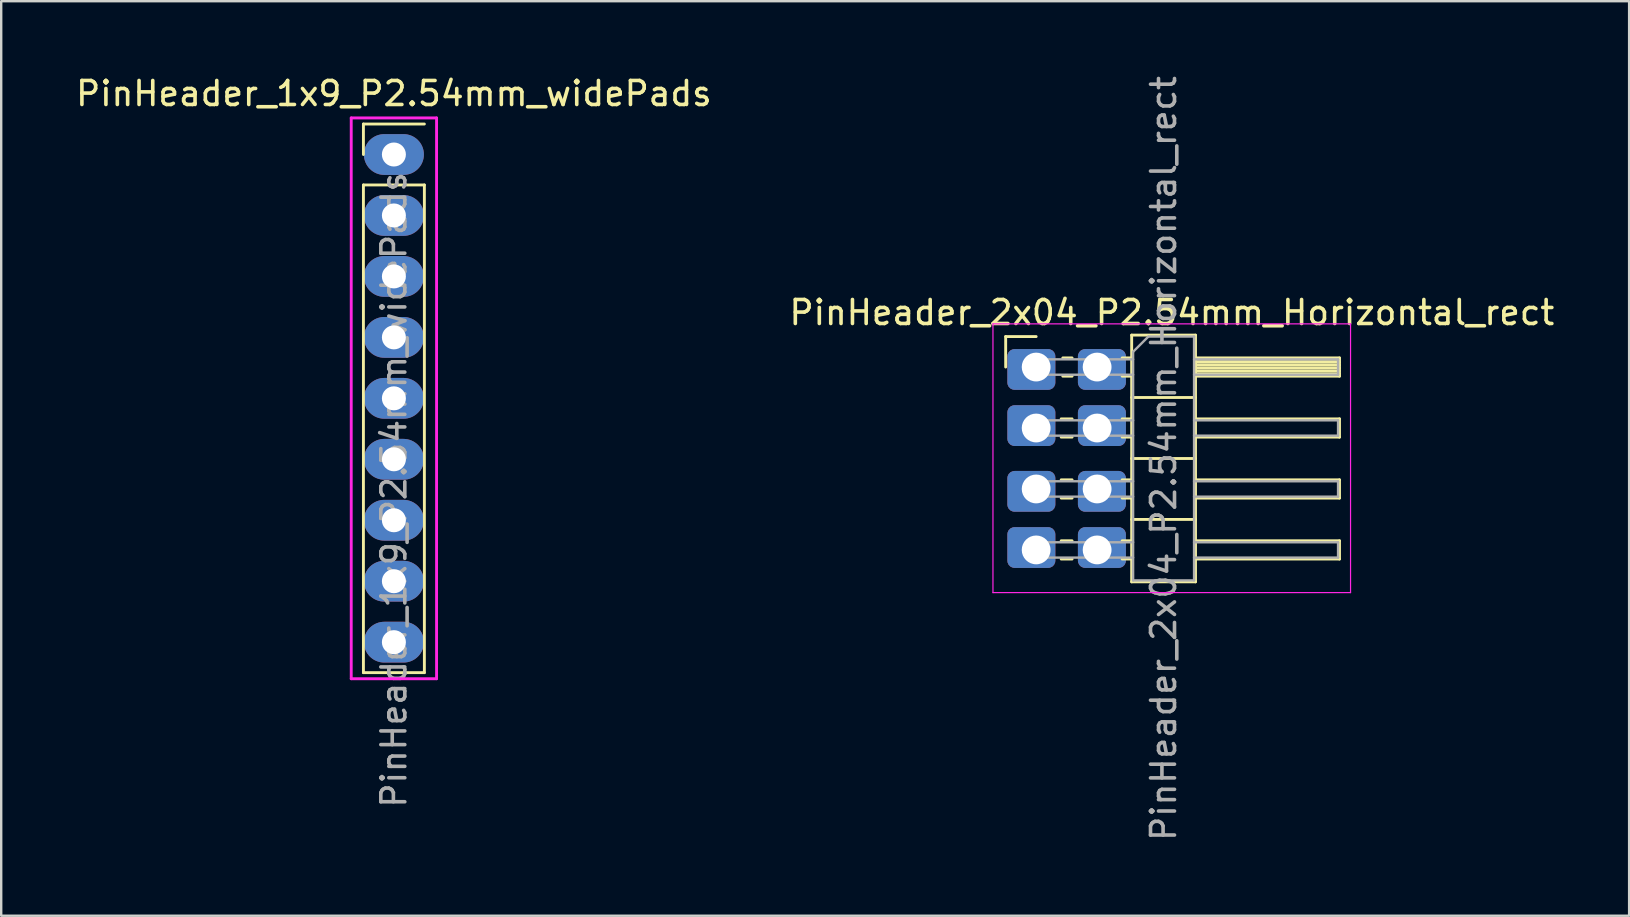
<source format=kicad_pcb>
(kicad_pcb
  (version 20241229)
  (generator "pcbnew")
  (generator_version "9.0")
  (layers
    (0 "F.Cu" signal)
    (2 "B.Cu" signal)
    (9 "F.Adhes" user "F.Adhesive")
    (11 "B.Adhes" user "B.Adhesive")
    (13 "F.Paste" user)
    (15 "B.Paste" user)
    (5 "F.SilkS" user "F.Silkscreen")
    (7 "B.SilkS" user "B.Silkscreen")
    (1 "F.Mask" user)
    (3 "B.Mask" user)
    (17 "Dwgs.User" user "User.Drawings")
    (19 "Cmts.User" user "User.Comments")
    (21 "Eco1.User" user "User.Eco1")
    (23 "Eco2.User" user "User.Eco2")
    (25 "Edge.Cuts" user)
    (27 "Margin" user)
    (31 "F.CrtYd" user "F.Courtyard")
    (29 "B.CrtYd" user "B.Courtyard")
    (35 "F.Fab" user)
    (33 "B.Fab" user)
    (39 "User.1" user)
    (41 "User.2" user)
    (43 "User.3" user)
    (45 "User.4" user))
  (footprint "PinHeader_1x9_P2.54mm_widePads"
    (layer "F.Cu")
    (at 13.363 3.388)
    (property "Reference" "PinHeader_1x9_P2.54mm_widePads" (at 0 -2.54 0) (layer "F.SilkS") (effects (font (size 1 1) (thickness 0.15))))
    (attr through_hole)
    (fp_line (start -1.27 -1.27) (end 1.27 -1.27) (stroke (width 0.12) (type solid)) (layer "F.SilkS"))
    (fp_line (start -1.27 0) (end -1.27 -1.27) (stroke (width 0.12) (type solid)) (layer "F.SilkS"))
    (fp_line (start -1.27 1.27) (end -1.27 21.59) (stroke (width 0.12) (type solid)) (layer "F.SilkS"))
    (fp_line (start -1.27 1.27) (end 1.27 1.27) (stroke (width 0.12) (type solid)) (layer "F.SilkS"))
    (fp_line (start -1.27 21.59) (end 1.27 21.59) (stroke (width 0.12) (type solid)) (layer "F.SilkS"))
    (fp_line (start 1.27 21.59) (end 1.27 1.27) (stroke (width 0.12) (type solid)) (layer "F.SilkS"))
    (fp_line (start -1.778 -1.524) (end 1.778 -1.524) (stroke (width 0.12) (type solid)) (layer "F.CrtYd"))
    (fp_line (start -1.778 21.844) (end -1.778 -1.524) (stroke (width 0.12) (type solid)) (layer "F.CrtYd"))
    (fp_line (start 1.778 -1.524) (end 1.778 21.844) (stroke (width 0.12) (type solid)) (layer "F.CrtYd"))
    (fp_line (start 1.778 21.844) (end -1.778 21.844) (stroke (width 0.12) (type solid)) (layer "F.CrtYd"))
    (fp_text user "${REFERENCE}" (at 0 13.97 90) (layer "F.Fab") (effects (font (size 1 1) (thickness 0.15))))
    (pad "1" thru_hole oval (at 0 0) (size 2.5 1.7) (drill 1) (layers "*.Cu" "*.Mask"))
    (pad "2" thru_hole oval (at 0 2.54) (size 2.5 1.7) (drill 1) (layers "*.Cu" "*.Mask"))
    (pad "3" thru_hole oval (at 0 5.08) (size 2.5 1.7) (drill 1) (layers "*.Cu" "*.Mask"))
    (pad "4" thru_hole oval (at 0 7.62) (size 2.5 1.7) (drill 1) (layers "*.Cu" "*.Mask"))
    (pad "5" thru_hole oval (at 0 10.16) (size 2.5 1.7) (drill 1) (layers "*.Cu" "*.Mask"))
    (pad "6" thru_hole oval (at 0 12.7) (size 2.5 1.7) (drill 1) (layers "*.Cu" "*.Mask"))
    (pad "7" thru_hole oval (at 0 15.24) (size 2.5 1.7) (drill 1) (layers "*.Cu" "*.Mask"))
    (pad "8" thru_hole oval (at 0 17.78) (size 2.5 1.7) (drill 1) (layers "*.Cu" "*.Mask"))
    (pad "9" thru_hole oval (at 0 20.32) (size 2.5 1.7) (drill 1) (layers "*.Cu" "*.Mask")))
  (footprint "PinHeader_2x04_P2.54mm_Horizontal_rect"
    (layer "F.Cu")
    (at 40.125 12.244)
    (property "Reference" "PinHeader_2x04_P2.54mm_Horizontal_rect" (at 5.655 -2.27 0) (layer "F.SilkS") (effects (font (size 1 1) (thickness 0.15))))
    (attr through_hole)
    (fp_line (start -1.27 -1.27) (end 0 -1.27) (stroke (width 0.12) (type solid)) (layer "F.SilkS"))
    (fp_line (start -1.27 0) (end -1.27 -1.27) (stroke (width 0.12) (type solid)) (layer "F.SilkS"))
    (fp_line (start 1.043 2.16) (end 1.497 2.16) (stroke (width 0.12) (type solid)) (layer "F.SilkS"))
    (fp_line (start 1.043 2.92) (end 1.497 2.92) (stroke (width 0.12) (type solid)) (layer "F.SilkS"))
    (fp_line (start 1.043 4.7) (end 1.497 4.7) (stroke (width 0.12) (type solid)) (layer "F.SilkS"))
    (fp_line (start 1.043 5.46) (end 1.497 5.46) (stroke (width 0.12) (type solid)) (layer "F.SilkS"))
    (fp_line (start 1.043 7.24) (end 1.497 7.24) (stroke (width 0.12) (type solid)) (layer "F.SilkS"))
    (fp_line (start 1.043 8) (end 1.497 8) (stroke (width 0.12) (type solid)) (layer "F.SilkS"))
    (fp_line (start 1.11 -0.38) (end 1.497 -0.38) (stroke (width 0.12) (type solid)) (layer "F.SilkS"))
    (fp_line (start 1.11 0.38) (end 1.497 0.38) (stroke (width 0.12) (type solid)) (layer "F.SilkS"))
    (fp_line (start 3.583 -0.38) (end 3.98 -0.38) (stroke (width 0.12) (type solid)) (layer "F.SilkS"))
    (fp_line (start 3.583 0.38) (end 3.98 0.38) (stroke (width 0.12) (type solid)) (layer "F.SilkS"))
    (fp_line (start 3.583 2.16) (end 3.98 2.16) (stroke (width 0.12) (type solid)) (layer "F.SilkS"))
    (fp_line (start 3.583 2.92) (end 3.98 2.92) (stroke (width 0.12) (type solid)) (layer "F.SilkS"))
    (fp_line (start 3.583 4.7) (end 3.98 4.7) (stroke (width 0.12) (type solid)) (layer "F.SilkS"))
    (fp_line (start 3.583 5.46) (end 3.98 5.46) (stroke (width 0.12) (type solid)) (layer "F.SilkS"))
    (fp_line (start 3.583 7.24) (end 3.98 7.24) (stroke (width 0.12) (type solid)) (layer "F.SilkS"))
    (fp_line (start 3.583 8) (end 3.98 8) (stroke (width 0.12) (type solid)) (layer "F.SilkS"))
    (fp_line (start 3.98 -1.33) (end 3.98 8.95) (stroke (width 0.12) (type solid)) (layer "F.SilkS"))
    (fp_line (start 3.98 1.27) (end 6.64 1.27) (stroke (width 0.12) (type solid)) (layer "F.SilkS"))
    (fp_line (start 3.98 3.81) (end 6.64 3.81) (stroke (width 0.12) (type solid)) (layer "F.SilkS"))
    (fp_line (start 3.98 6.35) (end 6.64 6.35) (stroke (width 0.12) (type solid)) (layer "F.SilkS"))
    (fp_line (start 3.98 8.95) (end 6.64 8.95) (stroke (width 0.12) (type solid)) (layer "F.SilkS"))
    (fp_line (start 6.64 -1.33) (end 3.98 -1.33) (stroke (width 0.12) (type solid)) (layer "F.SilkS"))
    (fp_line (start 6.64 -0.38) (end 12.64 -0.38) (stroke (width 0.12) (type solid)) (layer "F.SilkS"))
    (fp_line (start 6.64 -0.32) (end 12.64 -0.32) (stroke (width 0.12) (type solid)) (layer "F.SilkS"))
    (fp_line (start 6.64 -0.2) (end 12.64 -0.2) (stroke (width 0.12) (type solid)) (layer "F.SilkS"))
    (fp_line (start 6.64 -0.08) (end 12.64 -0.08) (stroke (width 0.12) (type solid)) (layer "F.SilkS"))
    (fp_line (start 6.64 0.04) (end 12.64 0.04) (stroke (width 0.12) (type solid)) (layer "F.SilkS"))
    (fp_line (start 6.64 0.16) (end 12.64 0.16) (stroke (width 0.12) (type solid)) (layer "F.SilkS"))
    (fp_line (start 6.64 0.28) (end 12.64 0.28) (stroke (width 0.12) (type solid)) (layer "F.SilkS"))
    (fp_line (start 6.64 2.16) (end 12.64 2.16) (stroke (width 0.12) (type solid)) (layer "F.SilkS"))
    (fp_line (start 6.64 4.7) (end 12.64 4.7) (stroke (width 0.12) (type solid)) (layer "F.SilkS"))
    (fp_line (start 6.64 7.24) (end 12.64 7.24) (stroke (width 0.12) (type solid)) (layer "F.SilkS"))
    (fp_line (start 6.64 8.95) (end 6.64 -1.33) (stroke (width 0.12) (type solid)) (layer "F.SilkS"))
    (fp_line (start 12.64 -0.38) (end 12.64 0.38) (stroke (width 0.12) (type solid)) (layer "F.SilkS"))
    (fp_line (start 12.64 0.38) (end 6.64 0.38) (stroke (width 0.12) (type solid)) (layer "F.SilkS"))
    (fp_line (start 12.64 2.16) (end 12.64 2.92) (stroke (width 0.12) (type solid)) (layer "F.SilkS"))
    (fp_line (start 12.64 2.92) (end 6.64 2.92) (stroke (width 0.12) (type solid)) (layer "F.SilkS"))
    (fp_line (start 12.64 4.7) (end 12.64 5.46) (stroke (width 0.12) (type solid)) (layer "F.SilkS"))
    (fp_line (start 12.64 5.46) (end 6.64 5.46) (stroke (width 0.12) (type solid)) (layer "F.SilkS"))
    (fp_line (start 12.64 7.24) (end 12.64 8) (stroke (width 0.12) (type solid)) (layer "F.SilkS"))
    (fp_line (start 12.64 8) (end 6.64 8) (stroke (width 0.12) (type solid)) (layer "F.SilkS"))
    (fp_line (start -1.8 -1.8) (end -1.8 9.4) (stroke (width 0.05) (type solid)) (layer "F.CrtYd"))
    (fp_line (start -1.8 9.4) (end 13.1 9.4) (stroke (width 0.05) (type solid)) (layer "F.CrtYd"))
    (fp_line (start 13.1 -1.8) (end -1.8 -1.8) (stroke (width 0.05) (type solid)) (layer "F.CrtYd"))
    (fp_line (start 13.1 9.4) (end 13.1 -1.8) (stroke (width 0.05) (type solid)) (layer "F.CrtYd"))
    (fp_line (start -0.32 -0.32) (end -0.32 0.32) (stroke (width 0.1) (type solid)) (layer "F.Fab"))
    (fp_line (start -0.32 -0.32) (end 4.04 -0.32) (stroke (width 0.1) (type solid)) (layer "F.Fab"))
    (fp_line (start -0.32 0.32) (end 4.04 0.32) (stroke (width 0.1) (type solid)) (layer "F.Fab"))
    (fp_line (start -0.32 2.22) (end -0.32 2.86) (stroke (width 0.1) (type solid)) (layer "F.Fab"))
    (fp_line (start -0.32 2.22) (end 4.04 2.22) (stroke (width 0.1) (type solid)) (layer "F.Fab"))
    (fp_line (start -0.32 2.86) (end 4.04 2.86) (stroke (width 0.1) (type solid)) (layer "F.Fab"))
    (fp_line (start -0.32 4.76) (end -0.32 5.4) (stroke (width 0.1) (type solid)) (layer "F.Fab"))
    (fp_line (start -0.32 4.76) (end 4.04 4.76) (stroke (width 0.1) (type solid)) (layer "F.Fab"))
    (fp_line (start -0.32 5.4) (end 4.04 5.4) (stroke (width 0.1) (type solid)) (layer "F.Fab"))
    (fp_line (start -0.32 7.3) (end -0.32 7.94) (stroke (width 0.1) (type solid)) (layer "F.Fab"))
    (fp_line (start -0.32 7.3) (end 4.04 7.3) (stroke (width 0.1) (type solid)) (layer "F.Fab"))
    (fp_line (start -0.32 7.94) (end 4.04 7.94) (stroke (width 0.1) (type solid)) (layer "F.Fab"))
    (fp_line (start 4.04 -0.635) (end 4.675 -1.27) (stroke (width 0.1) (type solid)) (layer "F.Fab"))
    (fp_line (start 4.04 8.89) (end 4.04 -0.635) (stroke (width 0.1) (type solid)) (layer "F.Fab"))
    (fp_line (start 4.675 -1.27) (end 6.58 -1.27) (stroke (width 0.1) (type solid)) (layer "F.Fab"))
    (fp_line (start 6.58 -1.27) (end 6.58 8.89) (stroke (width 0.1) (type solid)) (layer "F.Fab"))
    (fp_line (start 6.58 -0.32) (end 12.58 -0.32) (stroke (width 0.1) (type solid)) (layer "F.Fab"))
    (fp_line (start 6.58 0.32) (end 12.58 0.32) (stroke (width 0.1) (type solid)) (layer "F.Fab"))
    (fp_line (start 6.58 2.22) (end 12.58 2.22) (stroke (width 0.1) (type solid)) (layer "F.Fab"))
    (fp_line (start 6.58 2.86) (end 12.58 2.86) (stroke (width 0.1) (type solid)) (layer "F.Fab"))
    (fp_line (start 6.58 4.76) (end 12.58 4.76) (stroke (width 0.1) (type solid)) (layer "F.Fab"))
    (fp_line (start 6.58 5.4) (end 12.58 5.4) (stroke (width 0.1) (type solid)) (layer "F.Fab"))
    (fp_line (start 6.58 7.3) (end 12.58 7.3) (stroke (width 0.1) (type solid)) (layer "F.Fab"))
    (fp_line (start 6.58 7.94) (end 12.58 7.94) (stroke (width 0.1) (type solid)) (layer "F.Fab"))
    (fp_line (start 6.58 8.89) (end 4.04 8.89) (stroke (width 0.1) (type solid)) (layer "F.Fab"))
    (fp_line (start 12.58 -0.32) (end 12.58 0.32) (stroke (width 0.1) (type solid)) (layer "F.Fab"))
    (fp_line (start 12.58 2.22) (end 12.58 2.86) (stroke (width 0.1) (type solid)) (layer "F.Fab"))
    (fp_line (start 12.58 4.76) (end 12.58 5.4) (stroke (width 0.1) (type solid)) (layer "F.Fab"))
    (fp_line (start 12.58 7.3) (end 12.58 7.94) (stroke (width 0.1) (type solid)) (layer "F.Fab"))
    (fp_text user "${REFERENCE}" (at 5.31 3.81 90) (layer "F.Fab") (effects (font (size 1 1) (thickness 0.15))))
    (pad "1" thru_hole roundrect (at 0 0) (size 2 1.7) (drill 1.2 (offset -0.2 0.1)) (layers "*.Cu" "*.Mask") (roundrect_rratio 0.176))
    (pad "2" thru_hole roundrect (at 2.54 0) (size 2 1.7) (drill 1.2 (offset 0.2 0.1)) (layers "*.Cu" "*.Mask") (roundrect_rratio 0.176))
    (pad "3" thru_hole roundrect (at 0 2.54) (size 2 1.7) (drill 1.2 (offset -0.2 -0.1)) (layers "*.Cu" "*.Mask") (roundrect_rratio 0.176))
    (pad "4" thru_hole roundrect (at 2.54 2.54) (size 2 1.7) (drill 1.2 (offset 0.2 -0.1)) (layers "*.Cu" "*.Mask") (roundrect_rratio 0.176))
    (pad "5" thru_hole roundrect (at 0 5.08) (size 2 1.7) (drill 1.2 (offset -0.2 0.1)) (layers "*.Cu" "*.Mask") (roundrect_rratio 0.176))
    (pad "6" thru_hole roundrect (at 2.54 5.08) (size 2 1.7) (drill 1.2 (offset 0.2 0.1)) (layers "*.Cu" "*.Mask") (roundrect_rratio 0.176))
    (pad "7" thru_hole roundrect (at 0 7.62) (size 2 1.7) (drill 1.2 (offset -0.2 -0.1)) (layers "*.Cu" "*.Mask") (roundrect_rratio 0.176))
    (pad "8" thru_hole roundrect (at 2.54 7.62) (size 2 1.7) (drill 1.2 (offset 0.2 -0.1)) (layers "*.Cu" "*.Mask") (roundrect_rratio 0.176)))
  (gr_rect
    (start -3 -3)
    (end 64.833 35.107)
    (stroke (width 0.1) (type default))
    (fill no)
    (layer "Edge.Cuts")))
</source>
